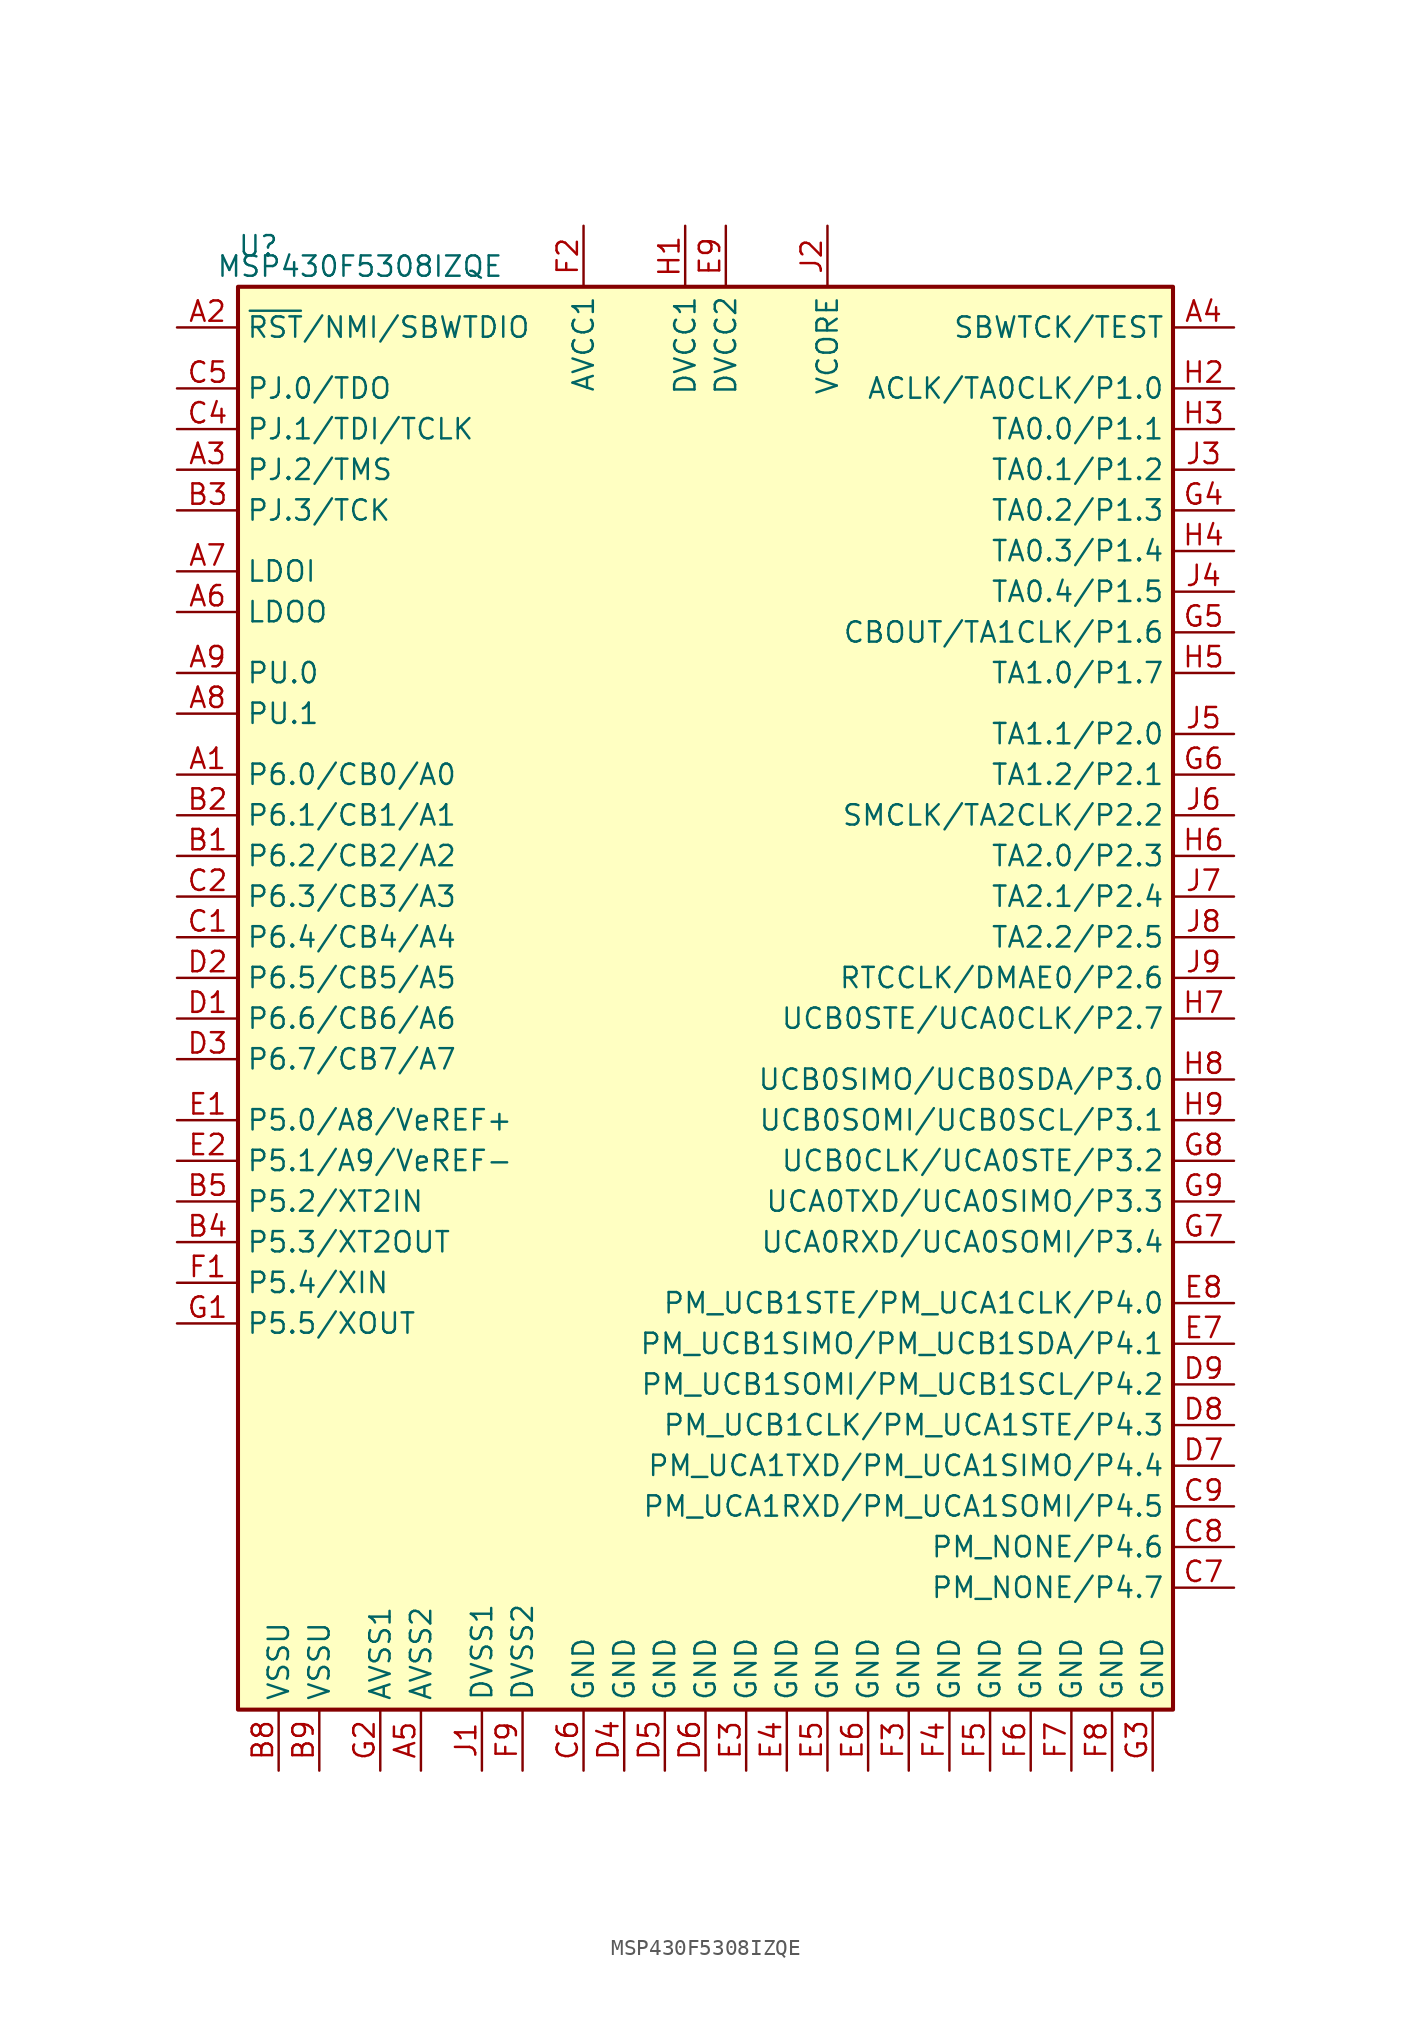
<source format=kicad_sym>
(kicad_symbol_lib
  (version 20201005)
  (generator kicad_symbol_editor)
  (symbol "MCU_Texas_MSP430:MSP430F5308IZQE"
    (property "Reference" "U"
      (at -27.94 46.99 0)
      (effects (font (size 1.27 1.27))))
    (property "Value" "MSP430F5308IZQE"
      (at -21.59 45.72 0)
      (effects (font (size 1.27 1.27))))
    (symbol "MSP430F5308IZQE_0_1"
      (rectangle (start -29.21 44.45) (end 29.21 -44.45) (stroke (width 0.254)) (fill (type background))))
    (symbol "MSP430F5308IZQE_1_1"
      (pin bidirectional line (at -33.02 13.97 0) (length 3.81) (name "P6.0/CB0/A0" (effects (font (size 1.27 1.27)))) (number "A1" (effects (font (size 1.27 1.27)))))
      (pin input line (at -33.02 41.91 0) (length 3.81) (name "~RST~/NMI/SBWTDIO" (effects (font (size 1.27 1.27)))) (number "A2" (effects (font (size 1.27 1.27)))))
      (pin bidirectional line (at -33.02 33.02 0) (length 3.81) (name "PJ.2/TMS" (effects (font (size 1.27 1.27)))) (number "A3" (effects (font (size 1.27 1.27)))))
      (pin input line (at 33.02 41.91 180) (length 3.81) (name "SBWTCK/TEST" (effects (font (size 1.27 1.27)))) (number "A4" (effects (font (size 1.27 1.27)))))
      (pin power_in line (at -17.78 -48.26 90) (length 3.81) (name "AVSS2" (effects (font (size 1.27 1.27)))) (number "A5" (effects (font (size 1.27 1.27)))))
      (pin power_out line (at -33.02 24.13 0) (length 3.81) (name "LDOO" (effects (font (size 1.27 1.27)))) (number "A6" (effects (font (size 1.27 1.27)))))
      (pin power_in line (at -33.02 26.67 0) (length 3.81) (name "LDOI" (effects (font (size 1.27 1.27)))) (number "A7" (effects (font (size 1.27 1.27)))))
      (pin bidirectional line (at -33.02 17.78 0) (length 3.81) (name "PU.1" (effects (font (size 1.27 1.27)))) (number "A8" (effects (font (size 1.27 1.27)))))
      (pin bidirectional line (at -33.02 20.32 0) (length 3.81) (name "PU.0" (effects (font (size 1.27 1.27)))) (number "A9" (effects (font (size 1.27 1.27)))))
      (pin bidirectional line (at -33.02 8.89 0) (length 3.81) (name "P6.2/CB2/A2" (effects (font (size 1.27 1.27)))) (number "B1" (effects (font (size 1.27 1.27)))))
      (pin bidirectional line (at -33.02 11.43 0) (length 3.81) (name "P6.1/CB1/A1" (effects (font (size 1.27 1.27)))) (number "B2" (effects (font (size 1.27 1.27)))))
      (pin bidirectional line (at -33.02 30.48 0) (length 3.81) (name "PJ.3/TCK" (effects (font (size 1.27 1.27)))) (number "B3" (effects (font (size 1.27 1.27)))))
      (pin bidirectional line (at -33.02 -15.24 0) (length 3.81) (name "P5.3/XT2OUT" (effects (font (size 1.27 1.27)))) (number "B4" (effects (font (size 1.27 1.27)))))
      (pin bidirectional line (at -33.02 -12.7 0) (length 3.81) (name "P5.2/XT2IN" (effects (font (size 1.27 1.27)))) (number "B5" (effects (font (size 1.27 1.27)))))
      (pin power_in line (at -26.67 -48.26 90) (length 3.81) (name "VSSU" (effects (font (size 1.27 1.27)))) (number "B8" (effects (font (size 1.27 1.27)))))
      (pin power_in line (at -24.13 -48.26 90) (length 3.81) (name "VSSU" (effects (font (size 1.27 1.27)))) (number "B9" (effects (font (size 1.27 1.27)))))
      (pin bidirectional line (at -33.02 3.81 0) (length 3.81) (name "P6.4/CB4/A4" (effects (font (size 1.27 1.27)))) (number "C1" (effects (font (size 1.27 1.27)))))
      (pin bidirectional line (at -33.02 6.35 0) (length 3.81) (name "P6.3/CB3/A3" (effects (font (size 1.27 1.27)))) (number "C2" (effects (font (size 1.27 1.27)))))
      (pin bidirectional line (at -33.02 35.56 0) (length 3.81) (name "PJ.1/TDI/TCLK" (effects (font (size 1.27 1.27)))) (number "C4" (effects (font (size 1.27 1.27)))))
      (pin bidirectional line (at -33.02 38.1 0) (length 3.81) (name "PJ.0/TDO" (effects (font (size 1.27 1.27)))) (number "C5" (effects (font (size 1.27 1.27)))))
      (pin power_in line (at -7.62 -48.26 90) (length 3.81) (name "GND" (effects (font (size 1.27 1.27)))) (number "C6" (effects (font (size 1.27 1.27)))))
      (pin bidirectional line (at 33.02 -36.83 180) (length 3.81) (name "PM_NONE/P4.7" (effects (font (size 1.27 1.27)))) (number "C7" (effects (font (size 1.27 1.27)))))
      (pin bidirectional line (at 33.02 -34.29 180) (length 3.81) (name "PM_NONE/P4.6" (effects (font (size 1.27 1.27)))) (number "C8" (effects (font (size 1.27 1.27)))))
      (pin bidirectional line (at 33.02 -31.75 180) (length 3.81) (name "PM_UCA1RXD/PM_UCA1SOMI/P4.5" (effects (font (size 1.27 1.27)))) (number "C9" (effects (font (size 1.27 1.27)))))
      (pin bidirectional line (at -33.02 -1.27 0) (length 3.81) (name "P6.6/CB6/A6" (effects (font (size 1.27 1.27)))) (number "D1" (effects (font (size 1.27 1.27)))))
      (pin bidirectional line (at -33.02 1.27 0) (length 3.81) (name "P6.5/CB5/A5" (effects (font (size 1.27 1.27)))) (number "D2" (effects (font (size 1.27 1.27)))))
      (pin bidirectional line (at -33.02 -3.81 0) (length 3.81) (name "P6.7/CB7/A7" (effects (font (size 1.27 1.27)))) (number "D3" (effects (font (size 1.27 1.27)))))
      (pin power_in line (at -5.08 -48.26 90) (length 3.81) (name "GND" (effects (font (size 1.27 1.27)))) (number "D4" (effects (font (size 1.27 1.27)))))
      (pin power_in line (at -2.54 -48.26 90) (length 3.81) (name "GND" (effects (font (size 1.27 1.27)))) (number "D5" (effects (font (size 1.27 1.27)))))
      (pin power_in line (at 0 -48.26 90) (length 3.81) (name "GND" (effects (font (size 1.27 1.27)))) (number "D6" (effects (font (size 1.27 1.27)))))
      (pin bidirectional line (at 33.02 -29.21 180) (length 3.81) (name "PM_UCA1TXD/PM_UCA1SIMO/P4.4" (effects (font (size 1.27 1.27)))) (number "D7" (effects (font (size 1.27 1.27)))))
      (pin bidirectional line (at 33.02 -26.67 180) (length 3.81) (name "PM_UCB1CLK/PM_UCA1STE/P4.3" (effects (font (size 1.27 1.27)))) (number "D8" (effects (font (size 1.27 1.27)))))
      (pin bidirectional line (at 33.02 -24.13 180) (length 3.81) (name "PM_UCB1SOMI/PM_UCB1SCL/P4.2" (effects (font (size 1.27 1.27)))) (number "D9" (effects (font (size 1.27 1.27)))))
      (pin bidirectional line (at -33.02 -7.62 0) (length 3.81) (name "P5.0/A8/VeREF+" (effects (font (size 1.27 1.27)))) (number "E1" (effects (font (size 1.27 1.27)))))
      (pin bidirectional line (at -33.02 -10.16 0) (length 3.81) (name "P5.1/A9/VeREF-" (effects (font (size 1.27 1.27)))) (number "E2" (effects (font (size 1.27 1.27)))))
      (pin power_in line (at 2.54 -48.26 90) (length 3.81) (name "GND" (effects (font (size 1.27 1.27)))) (number "E3" (effects (font (size 1.27 1.27)))))
      (pin power_in line (at 5.08 -48.26 90) (length 3.81) (name "GND" (effects (font (size 1.27 1.27)))) (number "E4" (effects (font (size 1.27 1.27)))))
      (pin power_in line (at 7.62 -48.26 90) (length 3.81) (name "GND" (effects (font (size 1.27 1.27)))) (number "E5" (effects (font (size 1.27 1.27)))))
      (pin power_in line (at 10.16 -48.26 90) (length 3.81) (name "GND" (effects (font (size 1.27 1.27)))) (number "E6" (effects (font (size 1.27 1.27)))))
      (pin bidirectional line (at 33.02 -21.59 180) (length 3.81) (name "PM_UCB1SIMO/PM_UCB1SDA/P4.1" (effects (font (size 1.27 1.27)))) (number "E7" (effects (font (size 1.27 1.27)))))
      (pin bidirectional line (at 33.02 -19.05 180) (length 3.81) (name "PM_UCB1STE/PM_UCA1CLK/P4.0" (effects (font (size 1.27 1.27)))) (number "E8" (effects (font (size 1.27 1.27)))))
      (pin power_in line (at 1.27 48.26 270) (length 3.81) (name "DVCC2" (effects (font (size 1.27 1.27)))) (number "E9" (effects (font (size 1.27 1.27)))))
      (pin bidirectional line (at -33.02 -17.78 0) (length 3.81) (name "P5.4/XIN" (effects (font (size 1.27 1.27)))) (number "F1" (effects (font (size 1.27 1.27)))))
      (pin power_in line (at -7.62 48.26 270) (length 3.81) (name "AVCC1" (effects (font (size 1.27 1.27)))) (number "F2" (effects (font (size 1.27 1.27)))))
      (pin power_in line (at 12.7 -48.26 90) (length 3.81) (name "GND" (effects (font (size 1.27 1.27)))) (number "F3" (effects (font (size 1.27 1.27)))))
      (pin power_in line (at 15.24 -48.26 90) (length 3.81) (name "GND" (effects (font (size 1.27 1.27)))) (number "F4" (effects (font (size 1.27 1.27)))))
      (pin power_in line (at 17.78 -48.26 90) (length 3.81) (name "GND" (effects (font (size 1.27 1.27)))) (number "F5" (effects (font (size 1.27 1.27)))))
      (pin power_in line (at 20.32 -48.26 90) (length 3.81) (name "GND" (effects (font (size 1.27 1.27)))) (number "F6" (effects (font (size 1.27 1.27)))))
      (pin power_in line (at 22.86 -48.26 90) (length 3.81) (name "GND" (effects (font (size 1.27 1.27)))) (number "F7" (effects (font (size 1.27 1.27)))))
      (pin power_in line (at 25.4 -48.26 90) (length 3.81) (name "GND" (effects (font (size 1.27 1.27)))) (number "F8" (effects (font (size 1.27 1.27)))))
      (pin power_in line (at -11.43 -48.26 90) (length 3.81) (name "DVSS2" (effects (font (size 1.27 1.27)))) (number "F9" (effects (font (size 1.27 1.27)))))
      (pin bidirectional line (at -33.02 -20.32 0) (length 3.81) (name "P5.5/XOUT" (effects (font (size 1.27 1.27)))) (number "G1" (effects (font (size 1.27 1.27)))))
      (pin power_in line (at -20.32 -48.26 90) (length 3.81) (name "AVSS1" (effects (font (size 1.27 1.27)))) (number "G2" (effects (font (size 1.27 1.27)))))
      (pin power_in line (at 27.94 -48.26 90) (length 3.81) (name "GND" (effects (font (size 1.27 1.27)))) (number "G3" (effects (font (size 1.27 1.27)))))
      (pin bidirectional line (at 33.02 30.48 180) (length 3.81) (name "TA0.2/P1.3" (effects (font (size 1.27 1.27)))) (number "G4" (effects (font (size 1.27 1.27)))))
      (pin bidirectional line (at 33.02 22.86 180) (length 3.81) (name "CBOUT/TA1CLK/P1.6" (effects (font (size 1.27 1.27)))) (number "G5" (effects (font (size 1.27 1.27)))))
      (pin bidirectional line (at 33.02 13.97 180) (length 3.81) (name "TA1.2/P2.1" (effects (font (size 1.27 1.27)))) (number "G6" (effects (font (size 1.27 1.27)))))
      (pin bidirectional line (at 33.02 -15.24 180) (length 3.81) (name "UCA0RXD/UCA0SOMI/P3.4" (effects (font (size 1.27 1.27)))) (number "G7" (effects (font (size 1.27 1.27)))))
      (pin bidirectional line (at 33.02 -10.16 180) (length 3.81) (name "UCB0CLK/UCA0STE/P3.2" (effects (font (size 1.27 1.27)))) (number "G8" (effects (font (size 1.27 1.27)))))
      (pin bidirectional line (at 33.02 -12.7 180) (length 3.81) (name "UCA0TXD/UCA0SIMO/P3.3" (effects (font (size 1.27 1.27)))) (number "G9" (effects (font (size 1.27 1.27)))))
      (pin power_in line (at -1.27 48.26 270) (length 3.81) (name "DVCC1" (effects (font (size 1.27 1.27)))) (number "H1" (effects (font (size 1.27 1.27)))))
      (pin bidirectional line (at 33.02 38.1 180) (length 3.81) (name "ACLK/TA0CLK/P1.0" (effects (font (size 1.27 1.27)))) (number "H2" (effects (font (size 1.27 1.27)))))
      (pin bidirectional line (at 33.02 35.56 180) (length 3.81) (name "TA0.0/P1.1" (effects (font (size 1.27 1.27)))) (number "H3" (effects (font (size 1.27 1.27)))))
      (pin bidirectional line (at 33.02 27.94 180) (length 3.81) (name "TA0.3/P1.4" (effects (font (size 1.27 1.27)))) (number "H4" (effects (font (size 1.27 1.27)))))
      (pin bidirectional line (at 33.02 20.32 180) (length 3.81) (name "TA1.0/P1.7" (effects (font (size 1.27 1.27)))) (number "H5" (effects (font (size 1.27 1.27)))))
      (pin bidirectional line (at 33.02 8.89 180) (length 3.81) (name "TA2.0/P2.3" (effects (font (size 1.27 1.27)))) (number "H6" (effects (font (size 1.27 1.27)))))
      (pin bidirectional line (at 33.02 -1.27 180) (length 3.81) (name "UCB0STE/UCA0CLK/P2.7" (effects (font (size 1.27 1.27)))) (number "H7" (effects (font (size 1.27 1.27)))))
      (pin bidirectional line (at 33.02 -5.08 180) (length 3.81) (name "UCB0SIMO/UCB0SDA/P3.0" (effects (font (size 1.27 1.27)))) (number "H8" (effects (font (size 1.27 1.27)))))
      (pin bidirectional line (at 33.02 -7.62 180) (length 3.81) (name "UCB0SOMI/UCB0SCL/P3.1" (effects (font (size 1.27 1.27)))) (number "H9" (effects (font (size 1.27 1.27)))))
      (pin power_in line (at -13.97 -48.26 90) (length 3.81) (name "DVSS1" (effects (font (size 1.27 1.27)))) (number "J1" (effects (font (size 1.27 1.27)))))
      (pin bidirectional line (at 7.62 48.26 270) (length 3.81) (name "VCORE" (effects (font (size 1.27 1.27)))) (number "J2" (effects (font (size 1.27 1.27)))))
      (pin bidirectional line (at 33.02 33.02 180) (length 3.81) (name "TA0.1/P1.2" (effects (font (size 1.27 1.27)))) (number "J3" (effects (font (size 1.27 1.27)))))
      (pin bidirectional line (at 33.02 25.4 180) (length 3.81) (name "TA0.4/P1.5" (effects (font (size 1.27 1.27)))) (number "J4" (effects (font (size 1.27 1.27)))))
      (pin bidirectional line (at 33.02 16.51 180) (length 3.81) (name "TA1.1/P2.0" (effects (font (size 1.27 1.27)))) (number "J5" (effects (font (size 1.27 1.27)))))
      (pin bidirectional line (at 33.02 11.43 180) (length 3.81) (name "SMCLK/TA2CLK/P2.2" (effects (font (size 1.27 1.27)))) (number "J6" (effects (font (size 1.27 1.27)))))
      (pin bidirectional line (at 33.02 6.35 180) (length 3.81) (name "TA2.1/P2.4" (effects (font (size 1.27 1.27)))) (number "J7" (effects (font (size 1.27 1.27)))))
      (pin bidirectional line (at 33.02 3.81 180) (length 3.81) (name "TA2.2/P2.5" (effects (font (size 1.27 1.27)))) (number "J8" (effects (font (size 1.27 1.27)))))
      (pin bidirectional line (at 33.02 1.27 180) (length 3.81) (name "RTCCLK/DMAE0/P2.6" (effects (font (size 1.27 1.27)))) (number "J9" (effects (font (size 1.27 1.27))))))))
</source>
